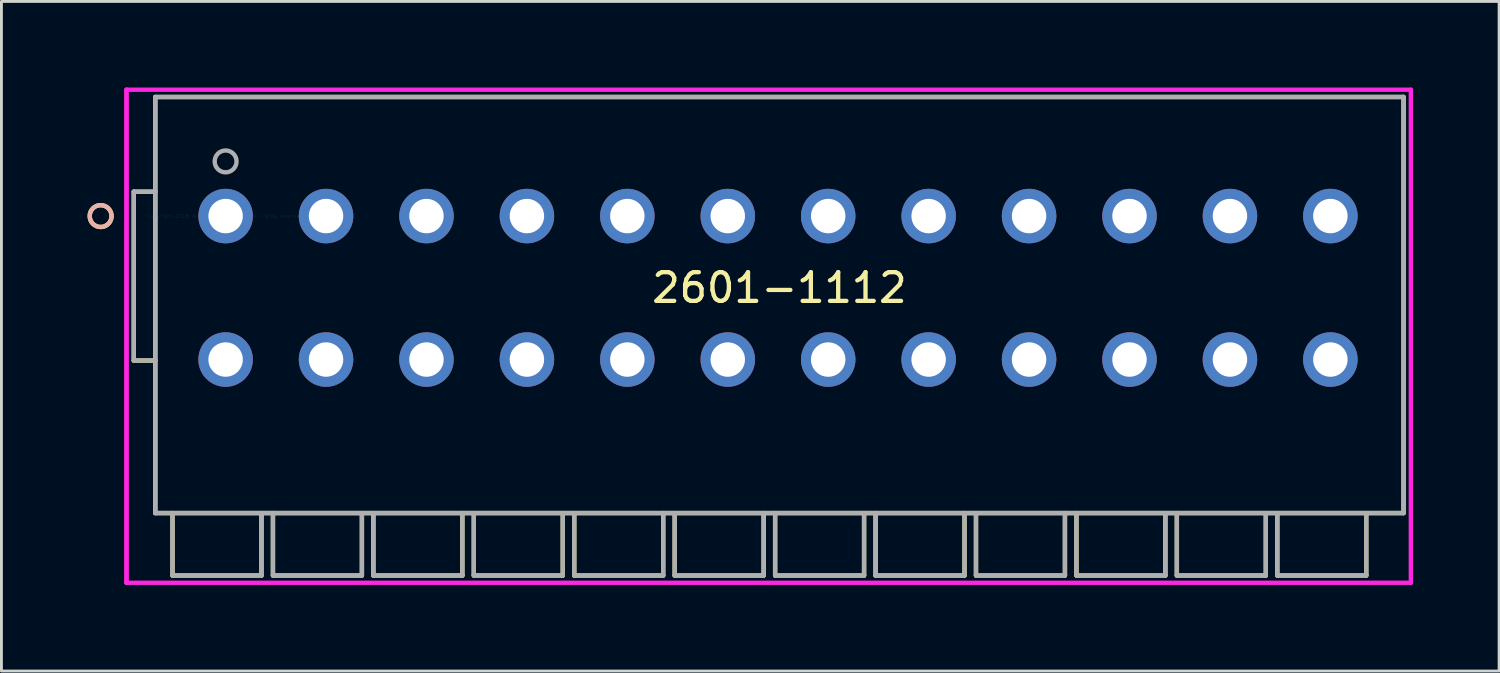
<source format=kicad_pcb>
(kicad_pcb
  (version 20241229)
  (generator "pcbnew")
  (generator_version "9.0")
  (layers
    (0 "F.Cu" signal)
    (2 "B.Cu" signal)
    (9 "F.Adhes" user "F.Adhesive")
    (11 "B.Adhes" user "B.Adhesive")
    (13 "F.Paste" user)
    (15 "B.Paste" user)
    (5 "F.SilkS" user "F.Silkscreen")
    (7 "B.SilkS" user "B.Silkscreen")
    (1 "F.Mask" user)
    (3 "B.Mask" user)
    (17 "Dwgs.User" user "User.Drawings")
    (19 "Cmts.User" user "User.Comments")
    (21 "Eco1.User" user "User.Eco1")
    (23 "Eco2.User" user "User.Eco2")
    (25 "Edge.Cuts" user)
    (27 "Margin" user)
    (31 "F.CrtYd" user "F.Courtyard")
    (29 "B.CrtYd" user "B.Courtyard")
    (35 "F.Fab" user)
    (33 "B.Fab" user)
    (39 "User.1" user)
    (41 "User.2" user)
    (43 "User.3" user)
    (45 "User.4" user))
  (footprint "2601-1112"
    (layer "F.Cu")
    (at 4.812 4.48)
    (property "Reference" "2601-1112" (at 19.3 2.5 0) (layer "F.SilkS") (effects (font (size 1 1) (thickness 0.15))))
    (attr through_hole)
    (fp_line (start -3.2 5.034) (end -3.2 -0.85) (stroke (width 0.152) (type solid)) (layer "F.SilkS"))
    (fp_line (start -2.45 -0.85) (end -3.2 -0.85) (stroke (width 0.152) (type solid)) (layer "F.SilkS"))
    (fp_line (start -2.45 5.034) (end -3.2 5.034) (stroke (width 0.152) (type solid)) (layer "F.SilkS"))
    (fp_line (start -2.45 -4.15) (end 41.05 -4.15) (stroke (width 0.152) (type solid)) (layer "F.SilkS"))
    (fp_line (start -2.45 10.35) (end -2.45 -4.15) (stroke (width 0.152) (type solid)) (layer "F.SilkS"))
    (fp_line (start -2.45 10.35) (end 41.05 10.35) (stroke (width 0.152) (type solid)) (layer "F.SilkS"))
    (fp_line (start -1.85 10.35) (end -1.85 12.525) (stroke (width 0.152) (type solid)) (layer "F.SilkS"))
    (fp_line (start -1.85 12.525) (end 1.25 12.525) (stroke (width 0.152) (type solid)) (layer "F.SilkS"))
    (fp_line (start 1.25 10.35) (end 1.25 12.525) (stroke (width 0.152) (type solid)) (layer "F.SilkS"))
    (fp_line (start 1.65 10.35) (end 1.65 12.525) (stroke (width 0.152) (type solid)) (layer "F.SilkS"))
    (fp_line (start 1.65 12.525) (end 4.75 12.525) (stroke (width 0.152) (type solid)) (layer "F.SilkS"))
    (fp_line (start 4.75 10.35) (end 4.75 12.525) (stroke (width 0.152) (type solid)) (layer "F.SilkS"))
    (fp_line (start 5.15 10.35) (end 5.15 12.525) (stroke (width 0.152) (type solid)) (layer "F.SilkS"))
    (fp_line (start 5.15 12.525) (end 8.25 12.525) (stroke (width 0.152) (type solid)) (layer "F.SilkS"))
    (fp_line (start 8.25 10.35) (end 8.25 12.525) (stroke (width 0.152) (type solid)) (layer "F.SilkS"))
    (fp_line (start 8.65 10.35) (end 8.65 12.525) (stroke (width 0.152) (type solid)) (layer "F.SilkS"))
    (fp_line (start 8.65 12.525) (end 11.75 12.525) (stroke (width 0.152) (type solid)) (layer "F.SilkS"))
    (fp_line (start 11.75 10.35) (end 11.75 12.525) (stroke (width 0.152) (type solid)) (layer "F.SilkS"))
    (fp_line (start 12.15 10.35) (end 12.15 12.525) (stroke (width 0.152) (type solid)) (layer "F.SilkS"))
    (fp_line (start 12.15 12.525) (end 15.25 12.525) (stroke (width 0.152) (type solid)) (layer "F.SilkS"))
    (fp_line (start 15.25 10.35) (end 15.25 12.525) (stroke (width 0.152) (type solid)) (layer "F.SilkS"))
    (fp_line (start 15.65 10.35) (end 15.65 12.525) (stroke (width 0.152) (type solid)) (layer "F.SilkS"))
    (fp_line (start 15.65 12.525) (end 18.75 12.525) (stroke (width 0.152) (type solid)) (layer "F.SilkS"))
    (fp_line (start 18.75 10.35) (end 18.75 12.525) (stroke (width 0.152) (type solid)) (layer "F.SilkS"))
    (fp_line (start 19.15 10.35) (end 19.15 12.525) (stroke (width 0.152) (type solid)) (layer "F.SilkS"))
    (fp_line (start 19.15 12.525) (end 22.25 12.525) (stroke (width 0.152) (type solid)) (layer "F.SilkS"))
    (fp_line (start 22.25 10.35) (end 22.25 12.525) (stroke (width 0.152) (type solid)) (layer "F.SilkS"))
    (fp_line (start 22.65 10.35) (end 22.65 12.525) (stroke (width 0.152) (type solid)) (layer "F.SilkS"))
    (fp_line (start 22.65 12.525) (end 25.75 12.525) (stroke (width 0.152) (type solid)) (layer "F.SilkS"))
    (fp_line (start 25.75 10.35) (end 25.75 12.525) (stroke (width 0.152) (type solid)) (layer "F.SilkS"))
    (fp_line (start 26.15 10.35) (end 26.15 12.525) (stroke (width 0.152) (type solid)) (layer "F.SilkS"))
    (fp_line (start 26.15 12.525) (end 29.25 12.525) (stroke (width 0.152) (type solid)) (layer "F.SilkS"))
    (fp_line (start 29.25 10.35) (end 29.25 12.525) (stroke (width 0.152) (type solid)) (layer "F.SilkS"))
    (fp_line (start 29.65 10.35) (end 29.65 12.525) (stroke (width 0.152) (type solid)) (layer "F.SilkS"))
    (fp_line (start 29.65 12.525) (end 32.75 12.525) (stroke (width 0.152) (type solid)) (layer "F.SilkS"))
    (fp_line (start 32.75 10.35) (end 32.75 12.525) (stroke (width 0.152) (type solid)) (layer "F.SilkS"))
    (fp_line (start 33.15 10.35) (end 33.15 12.525) (stroke (width 0.152) (type solid)) (layer "F.SilkS"))
    (fp_line (start 33.15 12.525) (end 36.25 12.525) (stroke (width 0.152) (type solid)) (layer "F.SilkS"))
    (fp_line (start 36.25 10.35) (end 36.25 12.525) (stroke (width 0.152) (type solid)) (layer "F.SilkS"))
    (fp_line (start 36.65 10.35) (end 36.65 12.525) (stroke (width 0.152) (type solid)) (layer "F.SilkS"))
    (fp_line (start 36.65 12.525) (end 39.75 12.525) (stroke (width 0.152) (type solid)) (layer "F.SilkS"))
    (fp_line (start 39.75 10.35) (end 39.75 12.525) (stroke (width 0.152) (type solid)) (layer "F.SilkS"))
    (fp_line (start 41.05 -4.15) (end 41.05 10.35) (stroke (width 0.152) (type solid)) (layer "F.SilkS"))
    (fp_circle (center -4.355 0) (end -3.974 0) (stroke (width 0.152) (type solid)) (fill no) (layer "F.SilkS"))
    (fp_circle (center -4.355 0) (end -3.974 0) (stroke (width 0.152) (type solid)) (fill no) (layer "B.SilkS"))
    (fp_line (start -3.454 -4.404) (end -3.454 12.779) (stroke (width 0.152) (type solid)) (layer "F.CrtYd"))
    (fp_line (start -3.454 -4.404) (end -3.454 12.779) (stroke (width 0.152) (type solid)) (layer "F.CrtYd"))
    (fp_line (start -3.454 12.779) (end 41.304 12.779) (stroke (width 0.152) (type solid)) (layer "F.CrtYd"))
    (fp_line (start 41.304 -4.404) (end -3.454 -4.404) (stroke (width 0.152) (type solid)) (layer "F.CrtYd"))
    (fp_line (start 41.304 12.779) (end 41.304 -4.404) (stroke (width 0.152) (type solid)) (layer "F.CrtYd"))
    (fp_line (start -3.2 5.034) (end -3.2 -0.85) (stroke (width 0.152) (type solid)) (layer "F.Fab"))
    (fp_line (start -2.45 -0.85) (end -3.2 -0.85) (stroke (width 0.152) (type solid)) (layer "F.Fab"))
    (fp_line (start -2.45 5.034) (end -3.2 5.034) (stroke (width 0.152) (type solid)) (layer "F.Fab"))
    (fp_line (start -2.45 -4.15) (end 41.05 -4.15) (stroke (width 0.152) (type solid)) (layer "F.Fab"))
    (fp_line (start -2.45 10.35) (end -2.45 -4.15) (stroke (width 0.152) (type solid)) (layer "F.Fab"))
    (fp_line (start -2.45 10.35) (end 41.05 10.35) (stroke (width 0.152) (type solid)) (layer "F.Fab"))
    (fp_line (start -1.85 10.35) (end -1.85 12.525) (stroke (width 0.152) (type solid)) (layer "F.Fab"))
    (fp_line (start -1.85 12.525) (end 1.25 12.525) (stroke (width 0.152) (type solid)) (layer "F.Fab"))
    (fp_line (start 1.25 10.35) (end 1.25 12.525) (stroke (width 0.152) (type solid)) (layer "F.Fab"))
    (fp_line (start 1.65 10.35) (end 1.65 12.525) (stroke (width 0.152) (type solid)) (layer "F.Fab"))
    (fp_line (start 1.65 12.525) (end 4.75 12.525) (stroke (width 0.152) (type solid)) (layer "F.Fab"))
    (fp_line (start 4.75 10.35) (end 4.75 12.525) (stroke (width 0.152) (type solid)) (layer "F.Fab"))
    (fp_line (start 5.15 10.35) (end 5.15 12.525) (stroke (width 0.152) (type solid)) (layer "F.Fab"))
    (fp_line (start 5.15 12.525) (end 8.25 12.525) (stroke (width 0.152) (type solid)) (layer "F.Fab"))
    (fp_line (start 8.25 10.35) (end 8.25 12.525) (stroke (width 0.152) (type solid)) (layer "F.Fab"))
    (fp_line (start 8.65 10.35) (end 8.65 12.525) (stroke (width 0.152) (type solid)) (layer "F.Fab"))
    (fp_line (start 8.65 12.525) (end 11.75 12.525) (stroke (width 0.152) (type solid)) (layer "F.Fab"))
    (fp_line (start 11.75 10.35) (end 11.75 12.525) (stroke (width 0.152) (type solid)) (layer "F.Fab"))
    (fp_line (start 12.15 10.35) (end 12.15 12.525) (stroke (width 0.152) (type solid)) (layer "F.Fab"))
    (fp_line (start 12.15 12.525) (end 15.25 12.525) (stroke (width 0.152) (type solid)) (layer "F.Fab"))
    (fp_line (start 15.25 10.35) (end 15.25 12.525) (stroke (width 0.152) (type solid)) (layer "F.Fab"))
    (fp_line (start 15.65 10.35) (end 15.65 12.525) (stroke (width 0.152) (type solid)) (layer "F.Fab"))
    (fp_line (start 15.65 12.525) (end 18.75 12.525) (stroke (width 0.152) (type solid)) (layer "F.Fab"))
    (fp_line (start 18.75 10.35) (end 18.75 12.525) (stroke (width 0.152) (type solid)) (layer "F.Fab"))
    (fp_line (start 19.15 10.35) (end 19.15 12.525) (stroke (width 0.152) (type solid)) (layer "F.Fab"))
    (fp_line (start 19.15 12.525) (end 22.25 12.525) (stroke (width 0.152) (type solid)) (layer "F.Fab"))
    (fp_line (start 22.25 10.35) (end 22.25 12.525) (stroke (width 0.152) (type solid)) (layer "F.Fab"))
    (fp_line (start 22.65 10.35) (end 22.65 12.525) (stroke (width 0.152) (type solid)) (layer "F.Fab"))
    (fp_line (start 22.65 12.525) (end 25.75 12.525) (stroke (width 0.152) (type solid)) (layer "F.Fab"))
    (fp_line (start 25.75 10.35) (end 25.75 12.525) (stroke (width 0.152) (type solid)) (layer "F.Fab"))
    (fp_line (start 26.15 10.35) (end 26.15 12.525) (stroke (width 0.152) (type solid)) (layer "F.Fab"))
    (fp_line (start 26.15 12.525) (end 29.25 12.525) (stroke (width 0.152) (type solid)) (layer "F.Fab"))
    (fp_line (start 29.25 10.35) (end 29.25 12.525) (stroke (width 0.152) (type solid)) (layer "F.Fab"))
    (fp_line (start 29.65 10.35) (end 29.65 12.525) (stroke (width 0.152) (type solid)) (layer "F.Fab"))
    (fp_line (start 29.65 12.525) (end 32.75 12.525) (stroke (width 0.152) (type solid)) (layer "F.Fab"))
    (fp_line (start 32.75 10.35) (end 32.75 12.525) (stroke (width 0.152) (type solid)) (layer "F.Fab"))
    (fp_line (start 33.15 10.35) (end 33.15 12.525) (stroke (width 0.152) (type solid)) (layer "F.Fab"))
    (fp_line (start 33.15 12.525) (end 36.25 12.525) (stroke (width 0.152) (type solid)) (layer "F.Fab"))
    (fp_line (start 36.25 10.35) (end 36.25 12.525) (stroke (width 0.152) (type solid)) (layer "F.Fab"))
    (fp_line (start 36.65 10.35) (end 36.65 12.525) (stroke (width 0.152) (type solid)) (layer "F.Fab"))
    (fp_line (start 36.65 12.525) (end 39.75 12.525) (stroke (width 0.152) (type solid)) (layer "F.Fab"))
    (fp_line (start 39.75 10.35) (end 39.75 12.525) (stroke (width 0.152) (type solid)) (layer "F.Fab"))
    (fp_line (start 41.05 -4.15) (end 41.05 10.35) (stroke (width 0.152) (type solid)) (layer "F.Fab"))
    (fp_circle (center 0 -1.905) (end 0.381 -1.905) (stroke (width 0.152) (type solid)) (fill no) (layer "F.Fab"))
    (fp_text user "Copyright 2016 Accelerated Designs. All rights reserved." (at 0 0 0) (layer "Cmts.User") (effects (font (size 0.127 0.127) (thickness 0.002))))
    (pad "1" thru_hole circle (at 0 0) (size 1.9 1.9) (drill 1.2) (layers "*.Cu" "*.Mask"))
    (pad "2" thru_hole circle (at 0 5) (size 1.9 1.9) (drill 1.2) (layers "*.Cu" "*.Mask"))
    (pad "3" thru_hole circle (at 3.5 0) (size 1.9 1.9) (drill 1.2) (layers "*.Cu" "*.Mask"))
    (pad "4" thru_hole circle (at 3.5 5) (size 1.9 1.9) (drill 1.2) (layers "*.Cu" "*.Mask"))
    (pad "5" thru_hole circle (at 7 0) (size 1.9 1.9) (drill 1.2) (layers "*.Cu" "*.Mask"))
    (pad "6" thru_hole circle (at 7 5) (size 1.9 1.9) (drill 1.2) (layers "*.Cu" "*.Mask"))
    (pad "7" thru_hole circle (at 10.5 0) (size 1.9 1.9) (drill 1.2) (layers "*.Cu" "*.Mask"))
    (pad "8" thru_hole circle (at 10.5 5) (size 1.9 1.9) (drill 1.2) (layers "*.Cu" "*.Mask"))
    (pad "9" thru_hole circle (at 14 0) (size 1.9 1.9) (drill 1.2) (layers "*.Cu" "*.Mask"))
    (pad "10" thru_hole circle (at 14 5) (size 1.9 1.9) (drill 1.2) (layers "*.Cu" "*.Mask"))
    (pad "11" thru_hole circle (at 17.5 0) (size 1.9 1.9) (drill 1.2) (layers "*.Cu" "*.Mask"))
    (pad "12" thru_hole circle (at 17.5 5) (size 1.9 1.9) (drill 1.2) (layers "*.Cu" "*.Mask"))
    (pad "13" thru_hole circle (at 21 0) (size 1.9 1.9) (drill 1.2) (layers "*.Cu" "*.Mask"))
    (pad "14" thru_hole circle (at 21 5) (size 1.9 1.9) (drill 1.2) (layers "*.Cu" "*.Mask"))
    (pad "15" thru_hole circle (at 24.5 0) (size 1.9 1.9) (drill 1.2) (layers "*.Cu" "*.Mask"))
    (pad "16" thru_hole circle (at 24.5 5) (size 1.9 1.9) (drill 1.2) (layers "*.Cu" "*.Mask"))
    (pad "17" thru_hole circle (at 28 0) (size 1.9 1.9) (drill 1.2) (layers "*.Cu" "*.Mask"))
    (pad "18" thru_hole circle (at 28 5) (size 1.9 1.9) (drill 1.2) (layers "*.Cu" "*.Mask"))
    (pad "19" thru_hole circle (at 31.5 0) (size 1.9 1.9) (drill 1.2) (layers "*.Cu" "*.Mask"))
    (pad "20" thru_hole circle (at 31.5 5) (size 1.9 1.9) (drill 1.2) (layers "*.Cu" "*.Mask"))
    (pad "21" thru_hole circle (at 35 0) (size 1.9 1.9) (drill 1.2) (layers "*.Cu" "*.Mask"))
    (pad "22" thru_hole circle (at 35 5) (size 1.9 1.9) (drill 1.2) (layers "*.Cu" "*.Mask"))
    (pad "23" thru_hole circle (at 38.5 0) (size 1.9 1.9) (drill 1.2) (layers "*.Cu" "*.Mask"))
    (pad "24" thru_hole circle (at 38.5 5) (size 1.9 1.9) (drill 1.2) (layers "*.Cu" "*.Mask")))
  (gr_rect
    (start -3 -3)
    (end 49.192 20.335)
    (stroke (width 0.1) (type default))
    (fill no)
    (layer "Edge.Cuts")))
</source>
